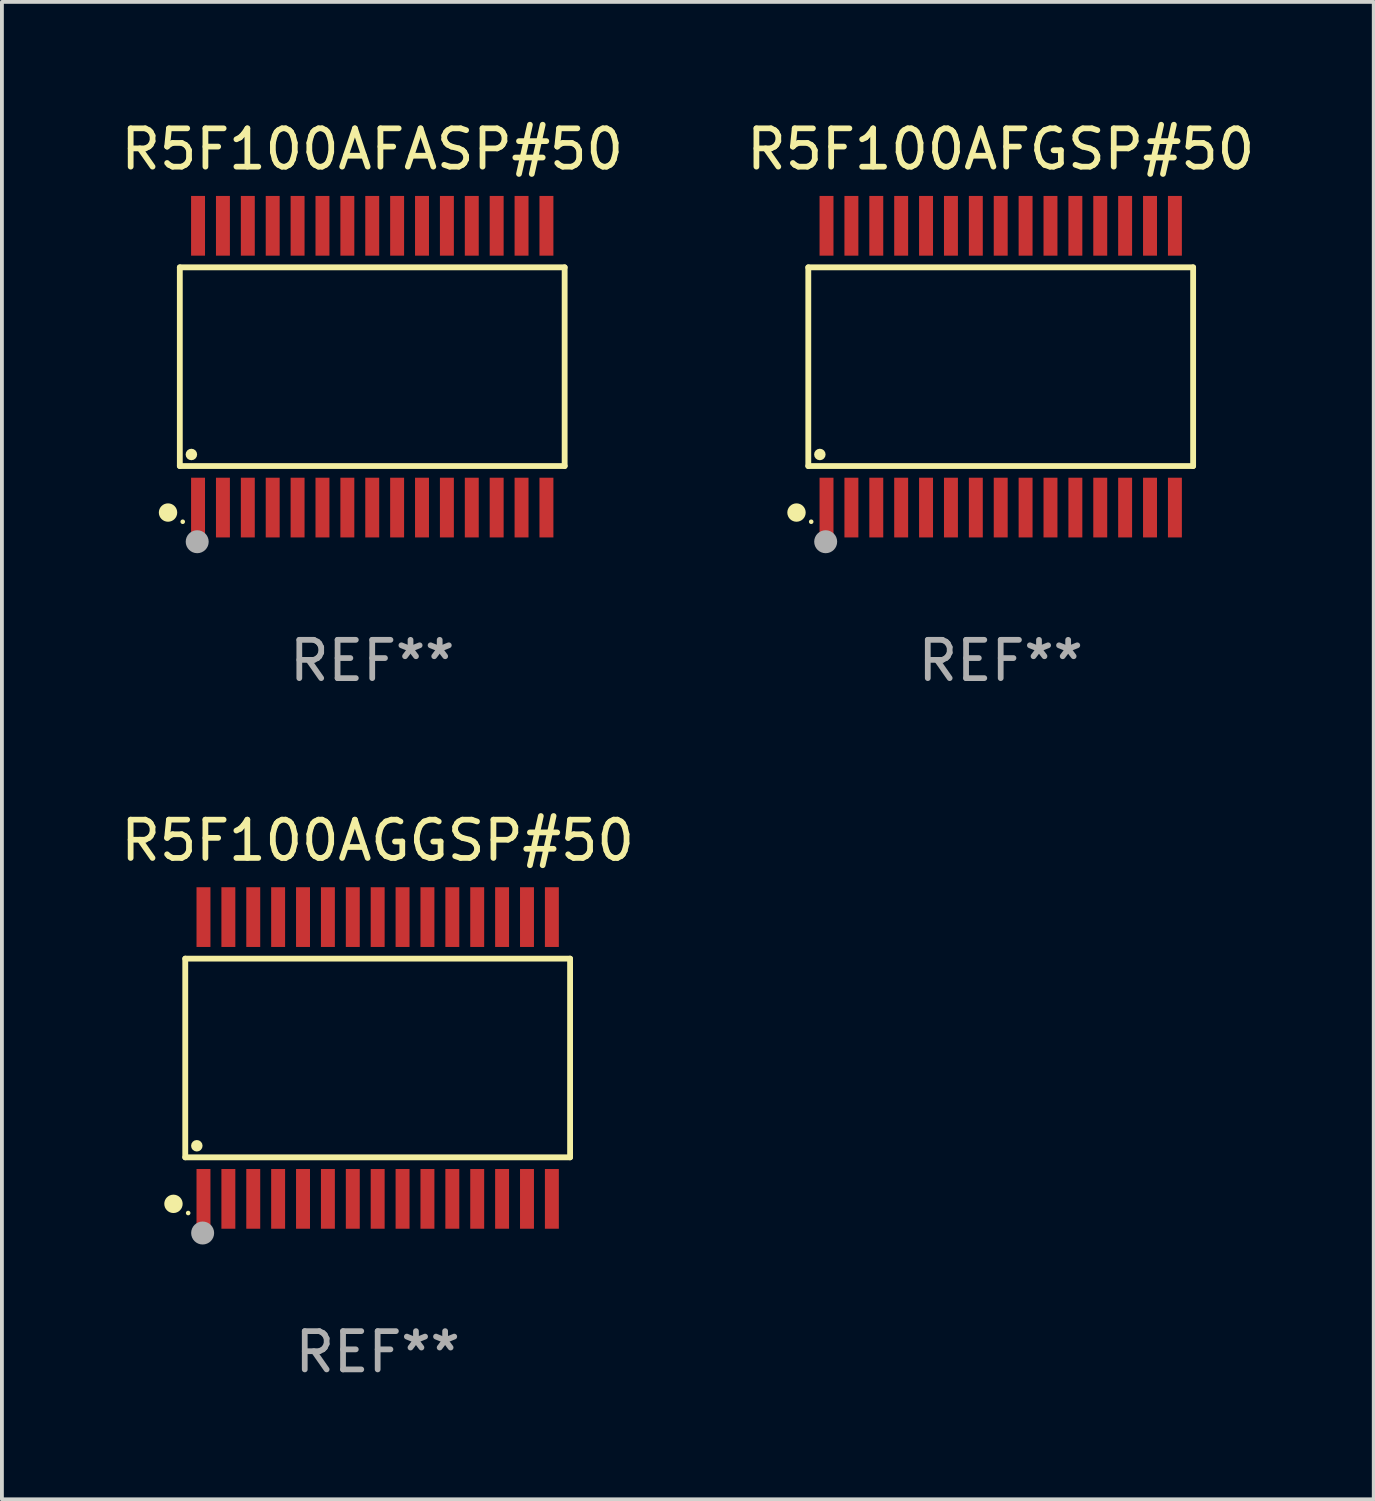
<source format=kicad_pcb>
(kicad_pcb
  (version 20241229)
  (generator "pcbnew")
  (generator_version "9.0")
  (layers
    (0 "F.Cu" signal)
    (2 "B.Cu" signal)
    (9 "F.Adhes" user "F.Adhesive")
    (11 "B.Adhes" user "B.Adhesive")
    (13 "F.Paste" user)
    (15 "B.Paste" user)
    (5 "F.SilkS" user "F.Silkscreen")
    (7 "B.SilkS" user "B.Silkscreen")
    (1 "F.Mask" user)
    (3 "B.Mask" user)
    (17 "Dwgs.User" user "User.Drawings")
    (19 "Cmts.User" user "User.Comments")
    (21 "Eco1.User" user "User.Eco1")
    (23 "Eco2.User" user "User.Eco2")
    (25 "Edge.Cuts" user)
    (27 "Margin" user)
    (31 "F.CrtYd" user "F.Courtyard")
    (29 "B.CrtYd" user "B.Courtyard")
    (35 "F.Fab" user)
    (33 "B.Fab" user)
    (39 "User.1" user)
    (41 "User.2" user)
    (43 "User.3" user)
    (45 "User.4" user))
  (footprint "R5F100AFASP#50"
    (layer "F.Cu")
    (at 6.673 6.528)
    (property "Reference" "R5F100AFASP#50" (at 0 -5.68 0) (layer "F.SilkS") (effects (font (size 1 1) (thickness 0.15))))
    (attr through_hole)
    (fp_line (start -5.026 -2.595) (end 5.026 -2.595) (stroke (width 0.152) (type solid)) (layer "F.SilkS"))
    (fp_line (start -5.026 2.595) (end -5.026 -2.595) (stroke (width 0.152) (type solid)) (layer "F.SilkS"))
    (fp_line (start 5.026 -2.595) (end 5.026 2.595) (stroke (width 0.152) (type solid)) (layer "F.SilkS"))
    (fp_line (start 5.026 2.595) (end -5.026 2.595) (stroke (width 0.152) (type solid)) (layer "F.SilkS"))
    (fp_circle (center -5.334 3.81) (end -5.214 3.81) (stroke (width 0.24) (type solid)) (fill no) (layer "F.SilkS"))
    (fp_circle (center -4.95 4.05) (end -4.92 4.05) (stroke (width 0.06) (type solid)) (fill no) (layer "F.SilkS"))
    (fp_circle (center -4.724 2.293) (end -4.649 2.293) (stroke (width 0.15) (type solid)) (fill no) (layer "F.SilkS"))
    (fp_circle (center -4.572 4.572) (end -4.422 4.572) (stroke (width 0.3) (type solid)) (fill no) (layer "F.Fab"))
    (fp_text user "REF**" (at 0 7.68 0) (layer "F.Fab") (effects (font (size 1 1) (thickness 0.15))))
    (pad "1" smd rect (at -4.55 3.68) (size 0.364 1.56) (layers "F.Cu" "F.Mask" "F.Paste"))
    (pad "2" smd rect (at -3.9 3.68) (size 0.364 1.56) (layers "F.Cu" "F.Mask" "F.Paste"))
    (pad "3" smd rect (at -3.25 3.68) (size 0.364 1.56) (layers "F.Cu" "F.Mask" "F.Paste"))
    (pad "4" smd rect (at -2.6 3.68) (size 0.364 1.56) (layers "F.Cu" "F.Mask" "F.Paste"))
    (pad "5" smd rect (at -1.95 3.68) (size 0.364 1.56) (layers "F.Cu" "F.Mask" "F.Paste"))
    (pad "6" smd rect (at -1.3 3.68) (size 0.364 1.56) (layers "F.Cu" "F.Mask" "F.Paste"))
    (pad "7" smd rect (at -0.65 3.68) (size 0.364 1.56) (layers "F.Cu" "F.Mask" "F.Paste"))
    (pad "8" smd rect (at -0.000013 3.68) (size 0.364 1.56) (layers "F.Cu" "F.Mask" "F.Paste"))
    (pad "9" smd rect (at 0.65 3.68) (size 0.364 1.56) (layers "F.Cu" "F.Mask" "F.Paste"))
    (pad "10" smd rect (at 1.3 3.68) (size 0.364 1.56) (layers "F.Cu" "F.Mask" "F.Paste"))
    (pad "11" smd rect (at 1.95 3.68) (size 0.364 1.56) (layers "F.Cu" "F.Mask" "F.Paste"))
    (pad "12" smd rect (at 2.6 3.68) (size 0.364 1.56) (layers "F.Cu" "F.Mask" "F.Paste"))
    (pad "13" smd rect (at 3.25 3.68) (size 0.364 1.56) (layers "F.Cu" "F.Mask" "F.Paste"))
    (pad "14" smd rect (at 3.9 3.68) (size 0.364 1.56) (layers "F.Cu" "F.Mask" "F.Paste"))
    (pad "15" smd rect (at 4.55 3.68) (size 0.364 1.56) (layers "F.Cu" "F.Mask" "F.Paste"))
    (pad "16" smd rect (at 4.55 -3.68) (size 0.364 1.56) (layers "F.Cu" "F.Mask" "F.Paste"))
    (pad "17" smd rect (at 3.9 -3.68) (size 0.364 1.56) (layers "F.Cu" "F.Mask" "F.Paste"))
    (pad "18" smd rect (at 3.25 -3.68) (size 0.364 1.56) (layers "F.Cu" "F.Mask" "F.Paste"))
    (pad "19" smd rect (at 2.6 -3.68) (size 0.364 1.56) (layers "F.Cu" "F.Mask" "F.Paste"))
    (pad "20" smd rect (at 1.95 -3.68) (size 0.364 1.56) (layers "F.Cu" "F.Mask" "F.Paste"))
    (pad "21" smd rect (at 1.3 -3.68) (size 0.364 1.56) (layers "F.Cu" "F.Mask" "F.Paste"))
    (pad "22" smd rect (at 0.65 -3.68) (size 0.364 1.56) (layers "F.Cu" "F.Mask" "F.Paste"))
    (pad "23" smd rect (at -0.000013 -3.68) (size 0.364 1.56) (layers "F.Cu" "F.Mask" "F.Paste"))
    (pad "24" smd rect (at -0.65 -3.68) (size 0.364 1.56) (layers "F.Cu" "F.Mask" "F.Paste"))
    (pad "25" smd rect (at -1.3 -3.68) (size 0.364 1.56) (layers "F.Cu" "F.Mask" "F.Paste"))
    (pad "26" smd rect (at -1.95 -3.68) (size 0.364 1.56) (layers "F.Cu" "F.Mask" "F.Paste"))
    (pad "27" smd rect (at -2.6 -3.68) (size 0.364 1.56) (layers "F.Cu" "F.Mask" "F.Paste"))
    (pad "28" smd rect (at -3.25 -3.68) (size 0.364 1.56) (layers "F.Cu" "F.Mask" "F.Paste"))
    (pad "29" smd rect (at -3.9 -3.68) (size 0.364 1.56) (layers "F.Cu" "F.Mask" "F.Paste"))
    (pad "30" smd rect (at -4.55 -3.68) (size 0.364 1.56) (layers "F.Cu" "F.Mask" "F.Paste")))
  (footprint "R5F100AFGSP#50"
    (layer "F.Cu")
    (at 23.089 6.528)
    (property "Reference" "R5F100AFGSP#50" (at 0 -5.68 0) (layer "F.SilkS") (effects (font (size 1 1) (thickness 0.15))))
    (attr through_hole)
    (fp_line (start -5.026 -2.595) (end 5.026 -2.595) (stroke (width 0.152) (type solid)) (layer "F.SilkS"))
    (fp_line (start -5.026 2.595) (end -5.026 -2.595) (stroke (width 0.152) (type solid)) (layer "F.SilkS"))
    (fp_line (start 5.026 -2.595) (end 5.026 2.595) (stroke (width 0.152) (type solid)) (layer "F.SilkS"))
    (fp_line (start 5.026 2.595) (end -5.026 2.595) (stroke (width 0.152) (type solid)) (layer "F.SilkS"))
    (fp_circle (center -5.334 3.81) (end -5.214 3.81) (stroke (width 0.24) (type solid)) (fill no) (layer "F.SilkS"))
    (fp_circle (center -4.95 4.05) (end -4.92 4.05) (stroke (width 0.06) (type solid)) (fill no) (layer "F.SilkS"))
    (fp_circle (center -4.724 2.293) (end -4.649 2.293) (stroke (width 0.15) (type solid)) (fill no) (layer "F.SilkS"))
    (fp_circle (center -4.572 4.572) (end -4.422 4.572) (stroke (width 0.3) (type solid)) (fill no) (layer "F.Fab"))
    (fp_text user "REF**" (at 0 7.68 0) (layer "F.Fab") (effects (font (size 1 1) (thickness 0.15))))
    (pad "1" smd rect (at -4.55 3.68) (size 0.364 1.56) (layers "F.Cu" "F.Mask" "F.Paste"))
    (pad "2" smd rect (at -3.9 3.68) (size 0.364 1.56) (layers "F.Cu" "F.Mask" "F.Paste"))
    (pad "3" smd rect (at -3.25 3.68) (size 0.364 1.56) (layers "F.Cu" "F.Mask" "F.Paste"))
    (pad "4" smd rect (at -2.6 3.68) (size 0.364 1.56) (layers "F.Cu" "F.Mask" "F.Paste"))
    (pad "5" smd rect (at -1.95 3.68) (size 0.364 1.56) (layers "F.Cu" "F.Mask" "F.Paste"))
    (pad "6" smd rect (at -1.3 3.68) (size 0.364 1.56) (layers "F.Cu" "F.Mask" "F.Paste"))
    (pad "7" smd rect (at -0.65 3.68) (size 0.364 1.56) (layers "F.Cu" "F.Mask" "F.Paste"))
    (pad "8" smd rect (at -0.000013 3.68) (size 0.364 1.56) (layers "F.Cu" "F.Mask" "F.Paste"))
    (pad "9" smd rect (at 0.65 3.68) (size 0.364 1.56) (layers "F.Cu" "F.Mask" "F.Paste"))
    (pad "10" smd rect (at 1.3 3.68) (size 0.364 1.56) (layers "F.Cu" "F.Mask" "F.Paste"))
    (pad "11" smd rect (at 1.95 3.68) (size 0.364 1.56) (layers "F.Cu" "F.Mask" "F.Paste"))
    (pad "12" smd rect (at 2.6 3.68) (size 0.364 1.56) (layers "F.Cu" "F.Mask" "F.Paste"))
    (pad "13" smd rect (at 3.25 3.68) (size 0.364 1.56) (layers "F.Cu" "F.Mask" "F.Paste"))
    (pad "14" smd rect (at 3.9 3.68) (size 0.364 1.56) (layers "F.Cu" "F.Mask" "F.Paste"))
    (pad "15" smd rect (at 4.55 3.68) (size 0.364 1.56) (layers "F.Cu" "F.Mask" "F.Paste"))
    (pad "16" smd rect (at 4.55 -3.68) (size 0.364 1.56) (layers "F.Cu" "F.Mask" "F.Paste"))
    (pad "17" smd rect (at 3.9 -3.68) (size 0.364 1.56) (layers "F.Cu" "F.Mask" "F.Paste"))
    (pad "18" smd rect (at 3.25 -3.68) (size 0.364 1.56) (layers "F.Cu" "F.Mask" "F.Paste"))
    (pad "19" smd rect (at 2.6 -3.68) (size 0.364 1.56) (layers "F.Cu" "F.Mask" "F.Paste"))
    (pad "20" smd rect (at 1.95 -3.68) (size 0.364 1.56) (layers "F.Cu" "F.Mask" "F.Paste"))
    (pad "21" smd rect (at 1.3 -3.68) (size 0.364 1.56) (layers "F.Cu" "F.Mask" "F.Paste"))
    (pad "22" smd rect (at 0.65 -3.68) (size 0.364 1.56) (layers "F.Cu" "F.Mask" "F.Paste"))
    (pad "23" smd rect (at -0.000013 -3.68) (size 0.364 1.56) (layers "F.Cu" "F.Mask" "F.Paste"))
    (pad "24" smd rect (at -0.65 -3.68) (size 0.364 1.56) (layers "F.Cu" "F.Mask" "F.Paste"))
    (pad "25" smd rect (at -1.3 -3.68) (size 0.364 1.56) (layers "F.Cu" "F.Mask" "F.Paste"))
    (pad "26" smd rect (at -1.95 -3.68) (size 0.364 1.56) (layers "F.Cu" "F.Mask" "F.Paste"))
    (pad "27" smd rect (at -2.6 -3.68) (size 0.364 1.56) (layers "F.Cu" "F.Mask" "F.Paste"))
    (pad "28" smd rect (at -3.25 -3.68) (size 0.364 1.56) (layers "F.Cu" "F.Mask" "F.Paste"))
    (pad "29" smd rect (at -3.9 -3.68) (size 0.364 1.56) (layers "F.Cu" "F.Mask" "F.Paste"))
    (pad "30" smd rect (at -4.55 -3.68) (size 0.364 1.56) (layers "F.Cu" "F.Mask" "F.Paste")))
  (footprint "R5F100AGGSP#50"
    (layer "F.Cu")
    (at 6.815 24.585)
    (property "Reference" "R5F100AGGSP#50" (at 0 -5.68 0) (layer "F.SilkS") (effects (font (size 1 1) (thickness 0.15))))
    (attr through_hole)
    (fp_line (start -5.026 -2.595) (end 5.026 -2.595) (stroke (width 0.152) (type solid)) (layer "F.SilkS"))
    (fp_line (start -5.026 2.595) (end -5.026 -2.595) (stroke (width 0.152) (type solid)) (layer "F.SilkS"))
    (fp_line (start 5.026 -2.595) (end 5.026 2.595) (stroke (width 0.152) (type solid)) (layer "F.SilkS"))
    (fp_line (start 5.026 2.595) (end -5.026 2.595) (stroke (width 0.152) (type solid)) (layer "F.SilkS"))
    (fp_circle (center -5.334 3.81) (end -5.214 3.81) (stroke (width 0.24) (type solid)) (fill no) (layer "F.SilkS"))
    (fp_circle (center -4.95 4.05) (end -4.92 4.05) (stroke (width 0.06) (type solid)) (fill no) (layer "F.SilkS"))
    (fp_circle (center -4.724 2.293) (end -4.649 2.293) (stroke (width 0.15) (type solid)) (fill no) (layer "F.SilkS"))
    (fp_circle (center -4.572 4.572) (end -4.422 4.572) (stroke (width 0.3) (type solid)) (fill no) (layer "F.Fab"))
    (fp_text user "REF**" (at 0 7.68 0) (layer "F.Fab") (effects (font (size 1 1) (thickness 0.15))))
    (pad "1" smd rect (at -4.55 3.68) (size 0.364 1.56) (layers "F.Cu" "F.Mask" "F.Paste"))
    (pad "2" smd rect (at -3.9 3.68) (size 0.364 1.56) (layers "F.Cu" "F.Mask" "F.Paste"))
    (pad "3" smd rect (at -3.25 3.68) (size 0.364 1.56) (layers "F.Cu" "F.Mask" "F.Paste"))
    (pad "4" smd rect (at -2.6 3.68) (size 0.364 1.56) (layers "F.Cu" "F.Mask" "F.Paste"))
    (pad "5" smd rect (at -1.95 3.68) (size 0.364 1.56) (layers "F.Cu" "F.Mask" "F.Paste"))
    (pad "6" smd rect (at -1.3 3.68) (size 0.364 1.56) (layers "F.Cu" "F.Mask" "F.Paste"))
    (pad "7" smd rect (at -0.65 3.68) (size 0.364 1.56) (layers "F.Cu" "F.Mask" "F.Paste"))
    (pad "8" smd rect (at -0.000013 3.68) (size 0.364 1.56) (layers "F.Cu" "F.Mask" "F.Paste"))
    (pad "9" smd rect (at 0.65 3.68) (size 0.364 1.56) (layers "F.Cu" "F.Mask" "F.Paste"))
    (pad "10" smd rect (at 1.3 3.68) (size 0.364 1.56) (layers "F.Cu" "F.Mask" "F.Paste"))
    (pad "11" smd rect (at 1.95 3.68) (size 0.364 1.56) (layers "F.Cu" "F.Mask" "F.Paste"))
    (pad "12" smd rect (at 2.6 3.68) (size 0.364 1.56) (layers "F.Cu" "F.Mask" "F.Paste"))
    (pad "13" smd rect (at 3.25 3.68) (size 0.364 1.56) (layers "F.Cu" "F.Mask" "F.Paste"))
    (pad "14" smd rect (at 3.9 3.68) (size 0.364 1.56) (layers "F.Cu" "F.Mask" "F.Paste"))
    (pad "15" smd rect (at 4.55 3.68) (size 0.364 1.56) (layers "F.Cu" "F.Mask" "F.Paste"))
    (pad "16" smd rect (at 4.55 -3.68) (size 0.364 1.56) (layers "F.Cu" "F.Mask" "F.Paste"))
    (pad "17" smd rect (at 3.9 -3.68) (size 0.364 1.56) (layers "F.Cu" "F.Mask" "F.Paste"))
    (pad "18" smd rect (at 3.25 -3.68) (size 0.364 1.56) (layers "F.Cu" "F.Mask" "F.Paste"))
    (pad "19" smd rect (at 2.6 -3.68) (size 0.364 1.56) (layers "F.Cu" "F.Mask" "F.Paste"))
    (pad "20" smd rect (at 1.95 -3.68) (size 0.364 1.56) (layers "F.Cu" "F.Mask" "F.Paste"))
    (pad "21" smd rect (at 1.3 -3.68) (size 0.364 1.56) (layers "F.Cu" "F.Mask" "F.Paste"))
    (pad "22" smd rect (at 0.65 -3.68) (size 0.364 1.56) (layers "F.Cu" "F.Mask" "F.Paste"))
    (pad "23" smd rect (at -0.000013 -3.68) (size 0.364 1.56) (layers "F.Cu" "F.Mask" "F.Paste"))
    (pad "24" smd rect (at -0.65 -3.68) (size 0.364 1.56) (layers "F.Cu" "F.Mask" "F.Paste"))
    (pad "25" smd rect (at -1.3 -3.68) (size 0.364 1.56) (layers "F.Cu" "F.Mask" "F.Paste"))
    (pad "26" smd rect (at -1.95 -3.68) (size 0.364 1.56) (layers "F.Cu" "F.Mask" "F.Paste"))
    (pad "27" smd rect (at -2.6 -3.68) (size 0.364 1.56) (layers "F.Cu" "F.Mask" "F.Paste"))
    (pad "28" smd rect (at -3.25 -3.68) (size 0.364 1.56) (layers "F.Cu" "F.Mask" "F.Paste"))
    (pad "29" smd rect (at -3.9 -3.68) (size 0.364 1.56) (layers "F.Cu" "F.Mask" "F.Paste"))
    (pad "30" smd rect (at -4.55 -3.68) (size 0.364 1.56) (layers "F.Cu" "F.Mask" "F.Paste")))
  (gr_rect
    (start -3 -3)
    (end 32.833 36.113)
    (stroke (width 0.1) (type default))
    (fill no)
    (layer "Edge.Cuts")))
</source>
